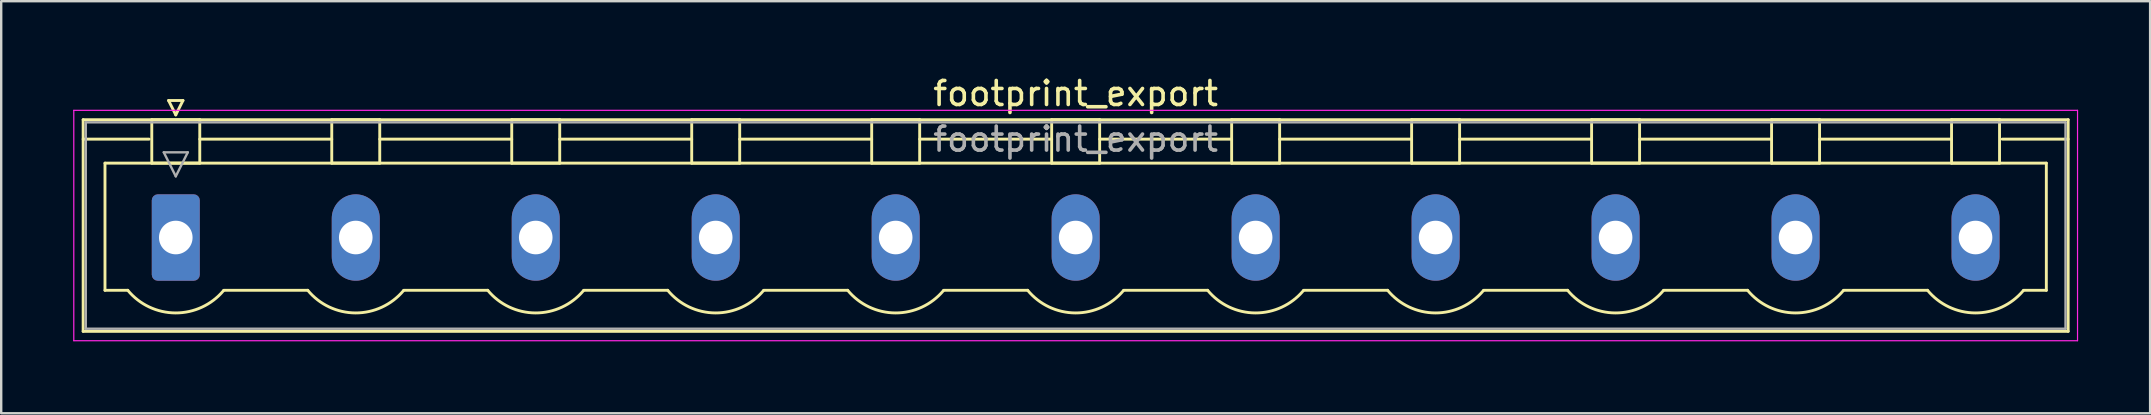
<source format=kicad_pcb>
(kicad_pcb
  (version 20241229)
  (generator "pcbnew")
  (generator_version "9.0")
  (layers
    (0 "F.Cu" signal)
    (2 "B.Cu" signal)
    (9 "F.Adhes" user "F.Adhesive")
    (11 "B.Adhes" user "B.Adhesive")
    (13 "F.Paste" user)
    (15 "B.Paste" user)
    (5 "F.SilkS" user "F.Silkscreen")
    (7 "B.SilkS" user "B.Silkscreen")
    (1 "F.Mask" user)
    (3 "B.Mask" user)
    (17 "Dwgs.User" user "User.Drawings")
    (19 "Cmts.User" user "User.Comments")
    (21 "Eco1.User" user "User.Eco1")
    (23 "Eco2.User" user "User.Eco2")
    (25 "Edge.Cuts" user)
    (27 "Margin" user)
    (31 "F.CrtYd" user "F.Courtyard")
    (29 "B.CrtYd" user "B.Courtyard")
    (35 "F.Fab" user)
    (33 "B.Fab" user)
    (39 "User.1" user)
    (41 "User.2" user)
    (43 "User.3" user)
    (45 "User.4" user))
  (footprint "footprint_export"
    (layer "F.Cu")
    (at 4.275 6.848)
    (property "Reference" "footprint_export" (at 37.5 -6 0) (layer "F.SilkS") (effects (font (size 1 1) (thickness 0.15))))
    (attr through_hole)
    (fp_line (start -3.86 -4.91) (end -3.86 3.91) (stroke (width 0.12) (type solid)) (layer "F.SilkS"))
    (fp_line (start -3.86 -4.1) (end -1.11 -4.1) (stroke (width 0.12) (type solid)) (layer "F.SilkS"))
    (fp_line (start -3.86 3.91) (end 78.86 3.91) (stroke (width 0.12) (type solid)) (layer "F.SilkS"))
    (fp_line (start -2.95 -3.1) (end 77.95 -3.1) (stroke (width 0.12) (type solid)) (layer "F.SilkS"))
    (fp_line (start -2.95 2.2) (end -2.95 -3.1) (stroke (width 0.12) (type solid)) (layer "F.SilkS"))
    (fp_line (start -2 2.2) (end -2.95 2.2) (stroke (width 0.12) (type solid)) (layer "F.SilkS"))
    (fp_line (start -1 -4.91) (end 1 -4.91) (stroke (width 0.12) (type solid)) (layer "F.SilkS"))
    (fp_line (start -1 -3.1) (end -1 -4.91) (stroke (width 0.12) (type solid)) (layer "F.SilkS"))
    (fp_line (start -0.3 -5.71) (end 0.3 -5.71) (stroke (width 0.12) (type solid)) (layer "F.SilkS"))
    (fp_line (start 0 -5.11) (end -0.3 -5.71) (stroke (width 0.12) (type solid)) (layer "F.SilkS"))
    (fp_line (start 0.3 -5.71) (end 0 -5.11) (stroke (width 0.12) (type solid)) (layer "F.SilkS"))
    (fp_line (start 1 -4.91) (end 1 -3.1) (stroke (width 0.12) (type solid)) (layer "F.SilkS"))
    (fp_line (start 1 -4.1) (end 6.5 -4.1) (stroke (width 0.12) (type solid)) (layer "F.SilkS"))
    (fp_line (start 1 -3.1) (end -1 -3.1) (stroke (width 0.12) (type solid)) (layer "F.SilkS"))
    (fp_line (start 2 2.2) (end 5.5 2.2) (stroke (width 0.12) (type solid)) (layer "F.SilkS"))
    (fp_line (start 6.5 -4.91) (end 8.5 -4.91) (stroke (width 0.12) (type solid)) (layer "F.SilkS"))
    (fp_line (start 6.5 -3.1) (end 6.5 -4.91) (stroke (width 0.12) (type solid)) (layer "F.SilkS"))
    (fp_line (start 8.5 -4.91) (end 8.5 -3.1) (stroke (width 0.12) (type solid)) (layer "F.SilkS"))
    (fp_line (start 8.5 -4.1) (end 14 -4.1) (stroke (width 0.12) (type solid)) (layer "F.SilkS"))
    (fp_line (start 8.5 -3.1) (end 6.5 -3.1) (stroke (width 0.12) (type solid)) (layer "F.SilkS"))
    (fp_line (start 9.5 2.2) (end 13 2.2) (stroke (width 0.12) (type solid)) (layer "F.SilkS"))
    (fp_line (start 14 -4.91) (end 16 -4.91) (stroke (width 0.12) (type solid)) (layer "F.SilkS"))
    (fp_line (start 14 -3.1) (end 14 -4.91) (stroke (width 0.12) (type solid)) (layer "F.SilkS"))
    (fp_line (start 16 -4.91) (end 16 -3.1) (stroke (width 0.12) (type solid)) (layer "F.SilkS"))
    (fp_line (start 16 -4.1) (end 21.5 -4.1) (stroke (width 0.12) (type solid)) (layer "F.SilkS"))
    (fp_line (start 16 -3.1) (end 14 -3.1) (stroke (width 0.12) (type solid)) (layer "F.SilkS"))
    (fp_line (start 17 2.2) (end 20.5 2.2) (stroke (width 0.12) (type solid)) (layer "F.SilkS"))
    (fp_line (start 21.5 -4.91) (end 23.5 -4.91) (stroke (width 0.12) (type solid)) (layer "F.SilkS"))
    (fp_line (start 21.5 -3.1) (end 21.5 -4.91) (stroke (width 0.12) (type solid)) (layer "F.SilkS"))
    (fp_line (start 23.5 -4.91) (end 23.5 -3.1) (stroke (width 0.12) (type solid)) (layer "F.SilkS"))
    (fp_line (start 23.5 -4.1) (end 29 -4.1) (stroke (width 0.12) (type solid)) (layer "F.SilkS"))
    (fp_line (start 23.5 -3.1) (end 21.5 -3.1) (stroke (width 0.12) (type solid)) (layer "F.SilkS"))
    (fp_line (start 24.5 2.2) (end 28 2.2) (stroke (width 0.12) (type solid)) (layer "F.SilkS"))
    (fp_line (start 29 -4.91) (end 31 -4.91) (stroke (width 0.12) (type solid)) (layer "F.SilkS"))
    (fp_line (start 29 -3.1) (end 29 -4.91) (stroke (width 0.12) (type solid)) (layer "F.SilkS"))
    (fp_line (start 31 -4.91) (end 31 -3.1) (stroke (width 0.12) (type solid)) (layer "F.SilkS"))
    (fp_line (start 31 -4.1) (end 36.5 -4.1) (stroke (width 0.12) (type solid)) (layer "F.SilkS"))
    (fp_line (start 31 -3.1) (end 29 -3.1) (stroke (width 0.12) (type solid)) (layer "F.SilkS"))
    (fp_line (start 32 2.2) (end 35.5 2.2) (stroke (width 0.12) (type solid)) (layer "F.SilkS"))
    (fp_line (start 36.5 -4.91) (end 38.5 -4.91) (stroke (width 0.12) (type solid)) (layer "F.SilkS"))
    (fp_line (start 36.5 -3.1) (end 36.5 -4.91) (stroke (width 0.12) (type solid)) (layer "F.SilkS"))
    (fp_line (start 38.5 -4.91) (end 38.5 -3.1) (stroke (width 0.12) (type solid)) (layer "F.SilkS"))
    (fp_line (start 38.5 -4.1) (end 44 -4.1) (stroke (width 0.12) (type solid)) (layer "F.SilkS"))
    (fp_line (start 38.5 -3.1) (end 36.5 -3.1) (stroke (width 0.12) (type solid)) (layer "F.SilkS"))
    (fp_line (start 39.5 2.2) (end 43 2.2) (stroke (width 0.12) (type solid)) (layer "F.SilkS"))
    (fp_line (start 44 -4.91) (end 46 -4.91) (stroke (width 0.12) (type solid)) (layer "F.SilkS"))
    (fp_line (start 44 -3.1) (end 44 -4.91) (stroke (width 0.12) (type solid)) (layer "F.SilkS"))
    (fp_line (start 46 -4.91) (end 46 -3.1) (stroke (width 0.12) (type solid)) (layer "F.SilkS"))
    (fp_line (start 46 -4.1) (end 51.5 -4.1) (stroke (width 0.12) (type solid)) (layer "F.SilkS"))
    (fp_line (start 46 -3.1) (end 44 -3.1) (stroke (width 0.12) (type solid)) (layer "F.SilkS"))
    (fp_line (start 47 2.2) (end 50.5 2.2) (stroke (width 0.12) (type solid)) (layer "F.SilkS"))
    (fp_line (start 51.5 -4.91) (end 53.5 -4.91) (stroke (width 0.12) (type solid)) (layer "F.SilkS"))
    (fp_line (start 51.5 -3.1) (end 51.5 -4.91) (stroke (width 0.12) (type solid)) (layer "F.SilkS"))
    (fp_line (start 53.5 -4.91) (end 53.5 -3.1) (stroke (width 0.12) (type solid)) (layer "F.SilkS"))
    (fp_line (start 53.5 -4.1) (end 59 -4.1) (stroke (width 0.12) (type solid)) (layer "F.SilkS"))
    (fp_line (start 53.5 -3.1) (end 51.5 -3.1) (stroke (width 0.12) (type solid)) (layer "F.SilkS"))
    (fp_line (start 54.5 2.2) (end 58 2.2) (stroke (width 0.12) (type solid)) (layer "F.SilkS"))
    (fp_line (start 59 -4.91) (end 61 -4.91) (stroke (width 0.12) (type solid)) (layer "F.SilkS"))
    (fp_line (start 59 -3.1) (end 59 -4.91) (stroke (width 0.12) (type solid)) (layer "F.SilkS"))
    (fp_line (start 61 -4.91) (end 61 -3.1) (stroke (width 0.12) (type solid)) (layer "F.SilkS"))
    (fp_line (start 61 -4.1) (end 66.5 -4.1) (stroke (width 0.12) (type solid)) (layer "F.SilkS"))
    (fp_line (start 61 -3.1) (end 59 -3.1) (stroke (width 0.12) (type solid)) (layer "F.SilkS"))
    (fp_line (start 62 2.2) (end 65.5 2.2) (stroke (width 0.12) (type solid)) (layer "F.SilkS"))
    (fp_line (start 66.5 -4.91) (end 68.5 -4.91) (stroke (width 0.12) (type solid)) (layer "F.SilkS"))
    (fp_line (start 66.5 -3.1) (end 66.5 -4.91) (stroke (width 0.12) (type solid)) (layer "F.SilkS"))
    (fp_line (start 68.5 -4.91) (end 68.5 -3.1) (stroke (width 0.12) (type solid)) (layer "F.SilkS"))
    (fp_line (start 68.5 -4.1) (end 74 -4.1) (stroke (width 0.12) (type solid)) (layer "F.SilkS"))
    (fp_line (start 68.5 -3.1) (end 66.5 -3.1) (stroke (width 0.12) (type solid)) (layer "F.SilkS"))
    (fp_line (start 69.5 2.2) (end 73 2.2) (stroke (width 0.12) (type solid)) (layer "F.SilkS"))
    (fp_line (start 74 -4.91) (end 76 -4.91) (stroke (width 0.12) (type solid)) (layer "F.SilkS"))
    (fp_line (start 74 -3.1) (end 74 -4.91) (stroke (width 0.12) (type solid)) (layer "F.SilkS"))
    (fp_line (start 76 -4.91) (end 76 -3.1) (stroke (width 0.12) (type solid)) (layer "F.SilkS"))
    (fp_line (start 76 -3.1) (end 74 -3.1) (stroke (width 0.12) (type solid)) (layer "F.SilkS"))
    (fp_line (start 77.95 -3.1) (end 77.95 2.2) (stroke (width 0.12) (type solid)) (layer "F.SilkS"))
    (fp_line (start 77.95 2.2) (end 77 2.2) (stroke (width 0.12) (type solid)) (layer "F.SilkS"))
    (fp_line (start 78.86 -4.91) (end -3.86 -4.91) (stroke (width 0.12) (type solid)) (layer "F.SilkS"))
    (fp_line (start 78.86 -4.1) (end 76.11 -4.1) (stroke (width 0.12) (type solid)) (layer "F.SilkS"))
    (fp_line (start 78.86 3.91) (end 78.86 -4.91) (stroke (width 0.12) (type solid)) (layer "F.SilkS"))
    (fp_arc (start 1.986842 2.215821) (mid -0.010289 3.142758) (end -2 2.2) (stroke (width 0.12) (type solid)) (layer "F.SilkS"))
    (fp_arc (start 9.486842 2.215821) (mid 7.489711 3.142758) (end 5.5 2.2) (stroke (width 0.12) (type solid)) (layer "F.SilkS"))
    (fp_arc (start 16.986842 2.215821) (mid 14.989711 3.142758) (end 13 2.2) (stroke (width 0.12) (type solid)) (layer "F.SilkS"))
    (fp_arc (start 24.486842 2.215821) (mid 22.489711 3.142758) (end 20.5 2.2) (stroke (width 0.12) (type solid)) (layer "F.SilkS"))
    (fp_arc (start 31.986842 2.215821) (mid 29.989711 3.142758) (end 28 2.2) (stroke (width 0.12) (type solid)) (layer "F.SilkS"))
    (fp_arc (start 39.486842 2.215821) (mid 37.489711 3.142758) (end 35.5 2.2) (stroke (width 0.12) (type solid)) (layer "F.SilkS"))
    (fp_arc (start 46.986842 2.215821) (mid 44.989711 3.142758) (end 43 2.2) (stroke (width 0.12) (type solid)) (layer "F.SilkS"))
    (fp_arc (start 54.486842 2.215821) (mid 52.489711 3.142758) (end 50.5 2.2) (stroke (width 0.12) (type solid)) (layer "F.SilkS"))
    (fp_arc (start 61.986842 2.215821) (mid 59.989711 3.142758) (end 58 2.2) (stroke (width 0.12) (type solid)) (layer "F.SilkS"))
    (fp_arc (start 69.486842 2.215821) (mid 67.489711 3.142758) (end 65.5 2.2) (stroke (width 0.12) (type solid)) (layer "F.SilkS"))
    (fp_arc (start 76.986842 2.215821) (mid 74.989711 3.142758) (end 73 2.2) (stroke (width 0.12) (type solid)) (layer "F.SilkS"))
    (fp_line (start -4.25 -5.3) (end -4.25 4.3) (stroke (width 0.05) (type solid)) (layer "F.CrtYd"))
    (fp_line (start -4.25 4.3) (end 79.25 4.3) (stroke (width 0.05) (type solid)) (layer "F.CrtYd"))
    (fp_line (start 79.25 -5.3) (end -4.25 -5.3) (stroke (width 0.05) (type solid)) (layer "F.CrtYd"))
    (fp_line (start 79.25 4.3) (end 79.25 -5.3) (stroke (width 0.05) (type solid)) (layer "F.CrtYd"))
    (fp_line (start -3.75 -4.8) (end -3.75 3.8) (stroke (width 0.1) (type solid)) (layer "F.Fab"))
    (fp_line (start -3.75 3.8) (end 78.75 3.8) (stroke (width 0.1) (type solid)) (layer "F.Fab"))
    (fp_line (start -0.5 -3.55) (end 0.5 -3.55) (stroke (width 0.1) (type solid)) (layer "F.Fab"))
    (fp_line (start 0 -2.55) (end -0.5 -3.55) (stroke (width 0.1) (type solid)) (layer "F.Fab"))
    (fp_line (start 0.5 -3.55) (end 0 -2.55) (stroke (width 0.1) (type solid)) (layer "F.Fab"))
    (fp_line (start 78.75 -4.8) (end -3.75 -4.8) (stroke (width 0.1) (type solid)) (layer "F.Fab"))
    (fp_line (start 78.75 3.8) (end 78.75 -4.8) (stroke (width 0.1) (type solid)) (layer "F.Fab"))
    (fp_text user "${REFERENCE}" (at 37.5 -4.1 0) (layer "F.Fab") (effects (font (size 1 1) (thickness 0.15))))
    (pad "1" thru_hole roundrect (at 0 0) (size 2 3.6) (drill 1.4) (layers "*.Cu" "*.Mask") (roundrect_rratio 0.125))
    (pad "2" thru_hole oval (at 7.5 0) (size 2 3.6) (drill 1.4) (layers "*.Cu" "*.Mask"))
    (pad "3" thru_hole oval (at 15 0) (size 2 3.6) (drill 1.4) (layers "*.Cu" "*.Mask"))
    (pad "4" thru_hole oval (at 22.5 0) (size 2 3.6) (drill 1.4) (layers "*.Cu" "*.Mask"))
    (pad "5" thru_hole oval (at 30 0) (size 2 3.6) (drill 1.4) (layers "*.Cu" "*.Mask"))
    (pad "6" thru_hole oval (at 37.5 0) (size 2 3.6) (drill 1.4) (layers "*.Cu" "*.Mask"))
    (pad "7" thru_hole oval (at 45 0) (size 2 3.6) (drill 1.4) (layers "*.Cu" "*.Mask"))
    (pad "8" thru_hole oval (at 52.5 0) (size 2 3.6) (drill 1.4) (layers "*.Cu" "*.Mask"))
    (pad "9" thru_hole oval (at 60 0) (size 2 3.6) (drill 1.4) (layers "*.Cu" "*.Mask"))
    (pad "10" thru_hole oval (at 67.5 0) (size 2 3.6) (drill 1.4) (layers "*.Cu" "*.Mask"))
    (pad "11" thru_hole oval (at 75 0) (size 2 3.6) (drill 1.4) (layers "*.Cu" "*.Mask")))
  (gr_rect
    (start -3 -3)
    (end 86.55 14.173)
    (stroke (width 0.1) (type default))
    (fill no)
    (layer "Edge.Cuts")))
</source>
